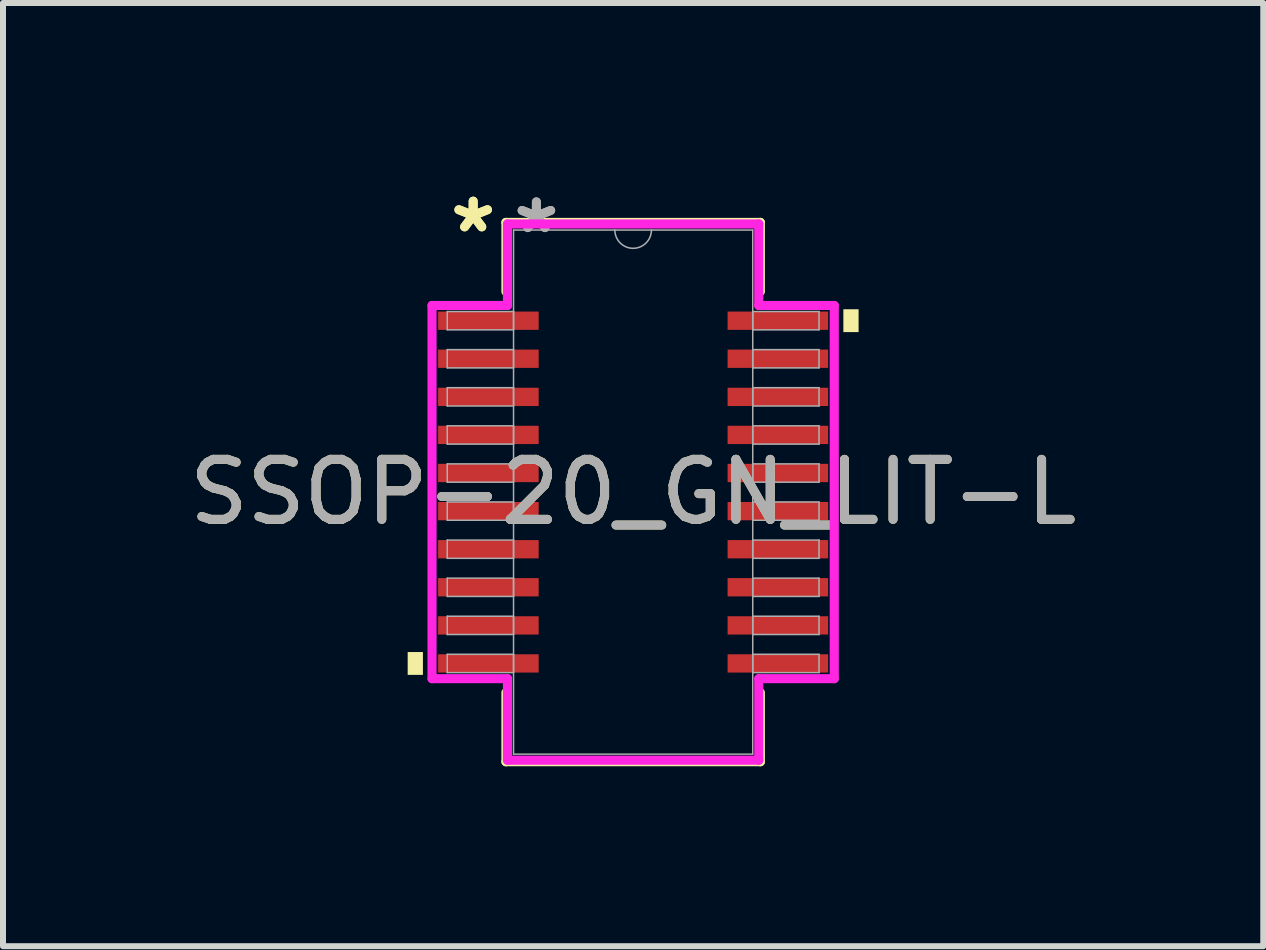
<source format=kicad_pcb>
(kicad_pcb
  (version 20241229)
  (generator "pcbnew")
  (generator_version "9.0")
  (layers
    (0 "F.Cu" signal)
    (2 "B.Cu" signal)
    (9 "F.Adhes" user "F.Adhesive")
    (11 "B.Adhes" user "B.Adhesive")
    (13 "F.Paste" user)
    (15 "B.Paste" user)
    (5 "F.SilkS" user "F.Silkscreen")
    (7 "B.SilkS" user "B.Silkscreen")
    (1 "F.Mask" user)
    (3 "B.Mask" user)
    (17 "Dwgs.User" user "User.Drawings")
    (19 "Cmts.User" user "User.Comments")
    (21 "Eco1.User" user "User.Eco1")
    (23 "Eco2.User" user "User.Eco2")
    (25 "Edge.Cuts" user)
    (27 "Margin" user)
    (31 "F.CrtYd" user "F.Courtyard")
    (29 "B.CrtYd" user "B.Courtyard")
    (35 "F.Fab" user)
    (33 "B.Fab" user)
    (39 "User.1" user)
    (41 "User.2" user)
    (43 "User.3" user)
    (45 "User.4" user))
  (footprint "SSOP-20_GN_LIT-L"
    (layer "F.Cu")
    (at 7.506 5.154)
    (property "Reference" "SSOP-20_GN_LIT-L" (at 0 0 0) (unlocked yes) (layer "F.SilkS") (effects (font (size 1 1) (thickness 0.15))))
    (attr smd)
    (fp_line (start -2.121 -4.496) (end -2.121 -3.343) (stroke (width 0.152) (type solid)) (layer "F.SilkS"))
    (fp_line (start -2.121 3.343) (end -2.121 4.496) (stroke (width 0.152) (type solid)) (layer "F.SilkS"))
    (fp_line (start -2.121 4.496) (end 2.121 4.496) (stroke (width 0.152) (type solid)) (layer "F.SilkS"))
    (fp_line (start 2.121 -4.496) (end -2.121 -4.496) (stroke (width 0.152) (type solid)) (layer "F.SilkS"))
    (fp_line (start 2.121 -3.343) (end 2.121 -4.496) (stroke (width 0.152) (type solid)) (layer "F.SilkS"))
    (fp_line (start 2.121 4.496) (end 2.121 3.343) (stroke (width 0.152) (type solid)) (layer "F.SilkS"))
    (fp_poly (pts (xy -3.759 2.667) (xy -3.759 3.048) (xy -3.505 3.048) (xy -3.505 2.667)) (stroke (width 0) (type solid)) (fill yes) (layer "F.SilkS"))
    (fp_poly (pts (xy 3.759 -3.048) (xy 3.759 -2.667) (xy 3.505 -2.667) (xy 3.505 -3.048)) (stroke (width 0) (type solid)) (fill yes) (layer "F.SilkS"))
    (fp_line (start -3.353 -3.111) (end -2.095 -3.111) (stroke (width 0.152) (type solid)) (layer "F.CrtYd"))
    (fp_line (start -3.353 3.111) (end -3.353 -3.111) (stroke (width 0.152) (type solid)) (layer "F.CrtYd"))
    (fp_line (start -3.353 3.111) (end -2.095 3.111) (stroke (width 0.152) (type solid)) (layer "F.CrtYd"))
    (fp_line (start -2.095 -4.47) (end 2.095 -4.47) (stroke (width 0.152) (type solid)) (layer "F.CrtYd"))
    (fp_line (start -2.095 -3.111) (end -2.095 -4.47) (stroke (width 0.152) (type solid)) (layer "F.CrtYd"))
    (fp_line (start -2.095 4.47) (end -2.095 3.111) (stroke (width 0.152) (type solid)) (layer "F.CrtYd"))
    (fp_line (start 2.095 -4.47) (end 2.095 -3.111) (stroke (width 0.152) (type solid)) (layer "F.CrtYd"))
    (fp_line (start 2.095 3.111) (end 2.095 4.47) (stroke (width 0.152) (type solid)) (layer "F.CrtYd"))
    (fp_line (start 2.095 4.47) (end -2.095 4.47) (stroke (width 0.152) (type solid)) (layer "F.CrtYd"))
    (fp_line (start 3.353 -3.111) (end 2.095 -3.111) (stroke (width 0.152) (type solid)) (layer "F.CrtYd"))
    (fp_line (start 3.353 -3.111) (end 3.353 3.111) (stroke (width 0.152) (type solid)) (layer "F.CrtYd"))
    (fp_line (start 3.353 3.111) (end 2.095 3.111) (stroke (width 0.152) (type solid)) (layer "F.CrtYd"))
    (fp_line (start -3.099 -3.01) (end -3.099 -2.705) (stroke (width 0.025) (type solid)) (layer "F.Fab"))
    (fp_line (start -3.099 -2.705) (end -1.994 -2.705) (stroke (width 0.025) (type solid)) (layer "F.Fab"))
    (fp_line (start -3.099 -2.375) (end -3.099 -2.07) (stroke (width 0.025) (type solid)) (layer "F.Fab"))
    (fp_line (start -3.099 -2.07) (end -1.994 -2.07) (stroke (width 0.025) (type solid)) (layer "F.Fab"))
    (fp_line (start -3.099 -1.74) (end -3.099 -1.435) (stroke (width 0.025) (type solid)) (layer "F.Fab"))
    (fp_line (start -3.099 -1.435) (end -1.994 -1.435) (stroke (width 0.025) (type solid)) (layer "F.Fab"))
    (fp_line (start -3.099 -1.105) (end -3.099 -0.8) (stroke (width 0.025) (type solid)) (layer "F.Fab"))
    (fp_line (start -3.099 -0.8) (end -1.994 -0.8) (stroke (width 0.025) (type solid)) (layer "F.Fab"))
    (fp_line (start -3.099 -0.47) (end -3.099 -0.165) (stroke (width 0.025) (type solid)) (layer "F.Fab"))
    (fp_line (start -3.099 -0.165) (end -1.994 -0.165) (stroke (width 0.025) (type solid)) (layer "F.Fab"))
    (fp_line (start -3.099 0.165) (end -3.099 0.47) (stroke (width 0.025) (type solid)) (layer "F.Fab"))
    (fp_line (start -3.099 0.47) (end -1.994 0.47) (stroke (width 0.025) (type solid)) (layer "F.Fab"))
    (fp_line (start -3.099 0.8) (end -3.099 1.105) (stroke (width 0.025) (type solid)) (layer "F.Fab"))
    (fp_line (start -3.099 1.105) (end -1.994 1.105) (stroke (width 0.025) (type solid)) (layer "F.Fab"))
    (fp_line (start -3.099 1.435) (end -3.099 1.74) (stroke (width 0.025) (type solid)) (layer "F.Fab"))
    (fp_line (start -3.099 1.74) (end -1.994 1.74) (stroke (width 0.025) (type solid)) (layer "F.Fab"))
    (fp_line (start -3.099 2.07) (end -3.099 2.375) (stroke (width 0.025) (type solid)) (layer "F.Fab"))
    (fp_line (start -3.099 2.375) (end -1.994 2.375) (stroke (width 0.025) (type solid)) (layer "F.Fab"))
    (fp_line (start -3.099 2.705) (end -3.099 3.01) (stroke (width 0.025) (type solid)) (layer "F.Fab"))
    (fp_line (start -3.099 3.01) (end -1.994 3.01) (stroke (width 0.025) (type solid)) (layer "F.Fab"))
    (fp_line (start -1.994 -4.369) (end -1.994 4.369) (stroke (width 0.025) (type solid)) (layer "F.Fab"))
    (fp_line (start -1.994 -3.01) (end -3.099 -3.01) (stroke (width 0.025) (type solid)) (layer "F.Fab"))
    (fp_line (start -1.994 -2.705) (end -1.994 -3.01) (stroke (width 0.025) (type solid)) (layer "F.Fab"))
    (fp_line (start -1.994 -2.375) (end -3.099 -2.375) (stroke (width 0.025) (type solid)) (layer "F.Fab"))
    (fp_line (start -1.994 -2.07) (end -1.994 -2.375) (stroke (width 0.025) (type solid)) (layer "F.Fab"))
    (fp_line (start -1.994 -1.74) (end -3.099 -1.74) (stroke (width 0.025) (type solid)) (layer "F.Fab"))
    (fp_line (start -1.994 -1.435) (end -1.994 -1.74) (stroke (width 0.025) (type solid)) (layer "F.Fab"))
    (fp_line (start -1.994 -1.105) (end -3.099 -1.105) (stroke (width 0.025) (type solid)) (layer "F.Fab"))
    (fp_line (start -1.994 -0.8) (end -1.994 -1.105) (stroke (width 0.025) (type solid)) (layer "F.Fab"))
    (fp_line (start -1.994 -0.47) (end -3.099 -0.47) (stroke (width 0.025) (type solid)) (layer "F.Fab"))
    (fp_line (start -1.994 -0.165) (end -1.994 -0.47) (stroke (width 0.025) (type solid)) (layer "F.Fab"))
    (fp_line (start -1.994 0.165) (end -3.099 0.165) (stroke (width 0.025) (type solid)) (layer "F.Fab"))
    (fp_line (start -1.994 0.47) (end -1.994 0.165) (stroke (width 0.025) (type solid)) (layer "F.Fab"))
    (fp_line (start -1.994 0.8) (end -3.099 0.8) (stroke (width 0.025) (type solid)) (layer "F.Fab"))
    (fp_line (start -1.994 1.105) (end -1.994 0.8) (stroke (width 0.025) (type solid)) (layer "F.Fab"))
    (fp_line (start -1.994 1.435) (end -3.099 1.435) (stroke (width 0.025) (type solid)) (layer "F.Fab"))
    (fp_line (start -1.994 1.74) (end -1.994 1.435) (stroke (width 0.025) (type solid)) (layer "F.Fab"))
    (fp_line (start -1.994 2.07) (end -3.099 2.07) (stroke (width 0.025) (type solid)) (layer "F.Fab"))
    (fp_line (start -1.994 2.375) (end -1.994 2.07) (stroke (width 0.025) (type solid)) (layer "F.Fab"))
    (fp_line (start -1.994 2.705) (end -3.099 2.705) (stroke (width 0.025) (type solid)) (layer "F.Fab"))
    (fp_line (start -1.994 3.01) (end -1.994 2.705) (stroke (width 0.025) (type solid)) (layer "F.Fab"))
    (fp_line (start -1.994 4.369) (end 1.994 4.369) (stroke (width 0.025) (type solid)) (layer "F.Fab"))
    (fp_line (start 1.994 -4.369) (end -1.994 -4.369) (stroke (width 0.025) (type solid)) (layer "F.Fab"))
    (fp_line (start 1.994 -3.01) (end 1.994 -2.705) (stroke (width 0.025) (type solid)) (layer "F.Fab"))
    (fp_line (start 1.994 -2.705) (end 3.099 -2.705) (stroke (width 0.025) (type solid)) (layer "F.Fab"))
    (fp_line (start 1.994 -2.375) (end 1.994 -2.07) (stroke (width 0.025) (type solid)) (layer "F.Fab"))
    (fp_line (start 1.994 -2.07) (end 3.099 -2.07) (stroke (width 0.025) (type solid)) (layer "F.Fab"))
    (fp_line (start 1.994 -1.74) (end 1.994 -1.435) (stroke (width 0.025) (type solid)) (layer "F.Fab"))
    (fp_line (start 1.994 -1.435) (end 3.099 -1.435) (stroke (width 0.025) (type solid)) (layer "F.Fab"))
    (fp_line (start 1.994 -1.105) (end 1.994 -0.8) (stroke (width 0.025) (type solid)) (layer "F.Fab"))
    (fp_line (start 1.994 -0.8) (end 3.099 -0.8) (stroke (width 0.025) (type solid)) (layer "F.Fab"))
    (fp_line (start 1.994 -0.47) (end 1.994 -0.165) (stroke (width 0.025) (type solid)) (layer "F.Fab"))
    (fp_line (start 1.994 -0.165) (end 3.099 -0.165) (stroke (width 0.025) (type solid)) (layer "F.Fab"))
    (fp_line (start 1.994 0.165) (end 1.994 0.47) (stroke (width 0.025) (type solid)) (layer "F.Fab"))
    (fp_line (start 1.994 0.47) (end 3.099 0.47) (stroke (width 0.025) (type solid)) (layer "F.Fab"))
    (fp_line (start 1.994 0.8) (end 1.994 1.105) (stroke (width 0.025) (type solid)) (layer "F.Fab"))
    (fp_line (start 1.994 1.105) (end 3.099 1.105) (stroke (width 0.025) (type solid)) (layer "F.Fab"))
    (fp_line (start 1.994 1.435) (end 1.994 1.74) (stroke (width 0.025) (type solid)) (layer "F.Fab"))
    (fp_line (start 1.994 1.74) (end 3.099 1.74) (stroke (width 0.025) (type solid)) (layer "F.Fab"))
    (fp_line (start 1.994 2.07) (end 1.994 2.375) (stroke (width 0.025) (type solid)) (layer "F.Fab"))
    (fp_line (start 1.994 2.375) (end 3.099 2.375) (stroke (width 0.025) (type solid)) (layer "F.Fab"))
    (fp_line (start 1.994 2.705) (end 1.994 3.01) (stroke (width 0.025) (type solid)) (layer "F.Fab"))
    (fp_line (start 1.994 3.01) (end 3.099 3.01) (stroke (width 0.025) (type solid)) (layer "F.Fab"))
    (fp_line (start 1.994 4.369) (end 1.994 -4.369) (stroke (width 0.025) (type solid)) (layer "F.Fab"))
    (fp_line (start 3.099 -3.01) (end 1.994 -3.01) (stroke (width 0.025) (type solid)) (layer "F.Fab"))
    (fp_line (start 3.099 -2.705) (end 3.099 -3.01) (stroke (width 0.025) (type solid)) (layer "F.Fab"))
    (fp_line (start 3.099 -2.375) (end 1.994 -2.375) (stroke (width 0.025) (type solid)) (layer "F.Fab"))
    (fp_line (start 3.099 -2.07) (end 3.099 -2.375) (stroke (width 0.025) (type solid)) (layer "F.Fab"))
    (fp_line (start 3.099 -1.74) (end 1.994 -1.74) (stroke (width 0.025) (type solid)) (layer "F.Fab"))
    (fp_line (start 3.099 -1.435) (end 3.099 -1.74) (stroke (width 0.025) (type solid)) (layer "F.Fab"))
    (fp_line (start 3.099 -1.105) (end 1.994 -1.105) (stroke (width 0.025) (type solid)) (layer "F.Fab"))
    (fp_line (start 3.099 -0.8) (end 3.099 -1.105) (stroke (width 0.025) (type solid)) (layer "F.Fab"))
    (fp_line (start 3.099 -0.47) (end 1.994 -0.47) (stroke (width 0.025) (type solid)) (layer "F.Fab"))
    (fp_line (start 3.099 -0.165) (end 3.099 -0.47) (stroke (width 0.025) (type solid)) (layer "F.Fab"))
    (fp_line (start 3.099 0.165) (end 1.994 0.165) (stroke (width 0.025) (type solid)) (layer "F.Fab"))
    (fp_line (start 3.099 0.47) (end 3.099 0.165) (stroke (width 0.025) (type solid)) (layer "F.Fab"))
    (fp_line (start 3.099 0.8) (end 1.994 0.8) (stroke (width 0.025) (type solid)) (layer "F.Fab"))
    (fp_line (start 3.099 1.105) (end 3.099 0.8) (stroke (width 0.025) (type solid)) (layer "F.Fab"))
    (fp_line (start 3.099 1.435) (end 1.994 1.435) (stroke (width 0.025) (type solid)) (layer "F.Fab"))
    (fp_line (start 3.099 1.74) (end 3.099 1.435) (stroke (width 0.025) (type solid)) (layer "F.Fab"))
    (fp_line (start 3.099 2.07) (end 1.994 2.07) (stroke (width 0.025) (type solid)) (layer "F.Fab"))
    (fp_line (start 3.099 2.375) (end 3.099 2.07) (stroke (width 0.025) (type solid)) (layer "F.Fab"))
    (fp_line (start 3.099 2.705) (end 1.994 2.705) (stroke (width 0.025) (type solid)) (layer "F.Fab"))
    (fp_line (start 3.099 3.01) (end 3.099 2.705) (stroke (width 0.025) (type solid)) (layer "F.Fab"))
    (fp_arc (start 0.3048 -4.3688) (mid 0 -4.064) (end -0.3048 -4.3688) (stroke (width 0.0254) (type solid)) (layer "F.Fab"))
    (fp_text user "*" (at -2.667 -4.305 0) (layer "F.SilkS") (effects (font (size 1 1) (thickness 0.15))))
    (fp_text user "*" (at -2.667 -4.305 0) (unlocked yes) (layer "F.SilkS") (effects (font (size 1 1) (thickness 0.15))))
    (fp_text user "${REFERENCE}" (at 0 0 0) (unlocked yes) (layer "F.Fab") (effects (font (size 1 1) (thickness 0.15))))
    (fp_text user "*" (at -1.613 -4.293 0) (unlocked yes) (layer "F.Fab") (effects (font (size 1 1) (thickness 0.15))))
    (fp_text user "*" (at -1.613 -4.293 0) (layer "F.Fab") (effects (font (size 1 1) (thickness 0.15))))
    (pad "1" smd rect (at -2.413 -2.857) (size 1.676 0.305) (layers "F.Cu" "F.Mask" "F.Paste"))
    (pad "2" smd rect (at -2.413 -2.223) (size 1.676 0.305) (layers "F.Cu" "F.Mask" "F.Paste"))
    (pad "3" smd rect (at -2.413 -1.587) (size 1.676 0.305) (layers "F.Cu" "F.Mask" "F.Paste"))
    (pad "4" smd rect (at -2.413 -0.953) (size 1.676 0.305) (layers "F.Cu" "F.Mask" "F.Paste"))
    (pad "5" smd rect (at -2.413 -0.318) (size 1.676 0.305) (layers "F.Cu" "F.Mask" "F.Paste"))
    (pad "6" smd rect (at -2.413 0.318) (size 1.676 0.305) (layers "F.Cu" "F.Mask" "F.Paste"))
    (pad "7" smd rect (at -2.413 0.953) (size 1.676 0.305) (layers "F.Cu" "F.Mask" "F.Paste"))
    (pad "8" smd rect (at -2.413 1.587) (size 1.676 0.305) (layers "F.Cu" "F.Mask" "F.Paste"))
    (pad "9" smd rect (at -2.413 2.223) (size 1.676 0.305) (layers "F.Cu" "F.Mask" "F.Paste"))
    (pad "10" smd rect (at -2.413 2.857) (size 1.676 0.305) (layers "F.Cu" "F.Mask" "F.Paste"))
    (pad "11" smd rect (at 2.413 2.857) (size 1.676 0.305) (layers "F.Cu" "F.Mask" "F.Paste"))
    (pad "12" smd rect (at 2.413 2.223) (size 1.676 0.305) (layers "F.Cu" "F.Mask" "F.Paste"))
    (pad "13" smd rect (at 2.413 1.587) (size 1.676 0.305) (layers "F.Cu" "F.Mask" "F.Paste"))
    (pad "14" smd rect (at 2.413 0.953) (size 1.676 0.305) (layers "F.Cu" "F.Mask" "F.Paste"))
    (pad "15" smd rect (at 2.413 0.318) (size 1.676 0.305) (layers "F.Cu" "F.Mask" "F.Paste"))
    (pad "16" smd rect (at 2.413 -0.318) (size 1.676 0.305) (layers "F.Cu" "F.Mask" "F.Paste"))
    (pad "17" smd rect (at 2.413 -0.953) (size 1.676 0.305) (layers "F.Cu" "F.Mask" "F.Paste"))
    (pad "18" smd rect (at 2.413 -1.587) (size 1.676 0.305) (layers "F.Cu" "F.Mask" "F.Paste"))
    (pad "19" smd rect (at 2.413 -2.223) (size 1.676 0.305) (layers "F.Cu" "F.Mask" "F.Paste"))
    (pad "20" smd rect (at 2.413 -2.857) (size 1.676 0.305) (layers "F.Cu" "F.Mask" "F.Paste")))
  (gr_rect
    (start -3 -3)
    (end 18.012 12.726)
    (stroke (width 0.1) (type default))
    (fill no)
    (layer "Edge.Cuts")))
</source>
